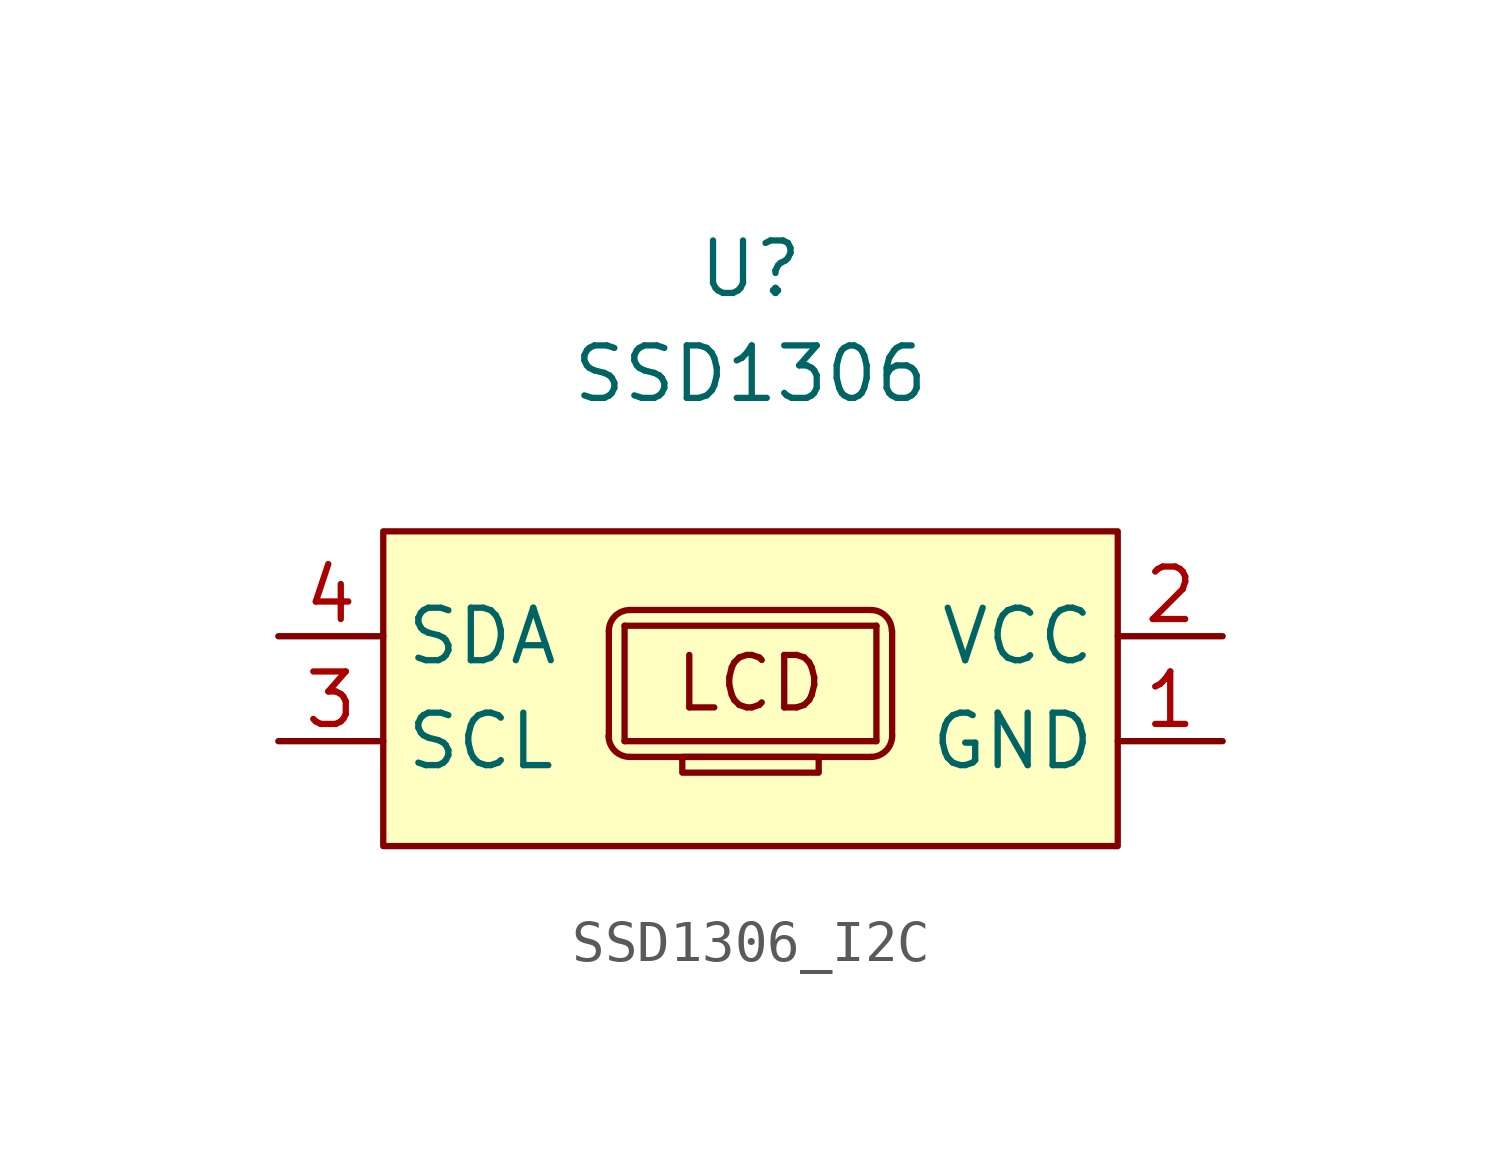
<source format=kicad_sym>
(kicad_symbol_lib
  (version 20220914)
  (generator kicad_symbol_editor)
  (symbol "SSD1306_I2C"
    (property "Reference" "U"
      (at 0 10.16 0)
      (effects (font (size 1.27 1.27))))
    (property "Value" "SSD1306"
      (at 0 7.62 0)
      (effects (font (size 1.27 1.27))))
    (symbol "SSD1306_I2C_1_1"
      (rectangle (start -8.89 3.81) (end 8.89 -3.81) (stroke (width 0) (type default)) (fill (type background)))
      (arc (start -3.429 -1.143) (mid -3.2802 -1.5022) (end -2.921 -1.651) (stroke (width 0) (type default)) (fill (type none)))
      (arc (start -2.921 1.905) (mid -3.2802 1.7562) (end -3.429 1.397) (stroke (width 0) (type default)) (fill (type none)))
      (rectangle (start -1.651 -1.651) (end 1.651 -2.032) (stroke (width 0) (type default)) (fill (type none)))
      (polyline (pts (xy -3.429 1.397) (xy -3.429 -1.143)) (stroke (width 0) (type default)) (fill (type none)))
      (polyline (pts (xy -3.048 -1.27) (xy 3.048 -1.27)) (stroke (width 0) (type default)) (fill (type none)))
      (polyline (pts (xy -3.048 1.524) (xy -3.048 -1.27)) (stroke (width 0) (type default)) (fill (type none)))
      (polyline (pts (xy -2.921 -1.651) (xy 2.921 -1.651)) (stroke (width 0) (type default)) (fill (type none)))
      (polyline (pts (xy -2.921 1.905) (xy 2.921 1.905)) (stroke (width 0) (type default)) (fill (type none)))
      (polyline (pts (xy 3.048 1.524) (xy -3.048 1.524)) (stroke (width 0) (type default)) (fill (type none)))
      (polyline (pts (xy 3.048 1.524) (xy 3.048 -1.27)) (stroke (width 0) (type default)) (fill (type none)))
      (polyline (pts (xy 3.429 -1.143) (xy 3.429 1.397)) (stroke (width 0) (type default)) (fill (type none)))
      (arc (start 2.921 -1.651) (mid 3.2802 -1.5022) (end 3.429 -1.143) (stroke (width 0) (type default)) (fill (type none)))
      (arc (start 3.429 1.397) (mid 3.2802 1.7562) (end 2.921 1.905) (stroke (width 0) (type default)) (fill (type none)))
      (text "LCD" (at 0 0.127 0) (effects (font (size 1.27 1.27))))
      (pin power_out line (at 11.43 -1.27 180) (length 2.54) (name "GND" (effects (font (size 1.27 1.27)))) (number "1" (effects (font (size 1.27 1.27)))))
      (pin power_in line (at 11.43 1.27 180) (length 2.54) (name "VCC" (effects (font (size 1.27 1.27)))) (number "2" (effects (font (size 1.27 1.27)))))
      (pin input line (at -11.43 -1.27 0) (length 2.54) (name "SCL" (effects (font (size 1.27 1.27)))) (number "3" (effects (font (size 1.27 1.27)))))
      (pin bidirectional line (at -11.43 1.27 0) (length 2.54) (name "SDA" (effects (font (size 1.27 1.27)))) (number "4" (effects (font (size 1.27 1.27))))))))
</source>
